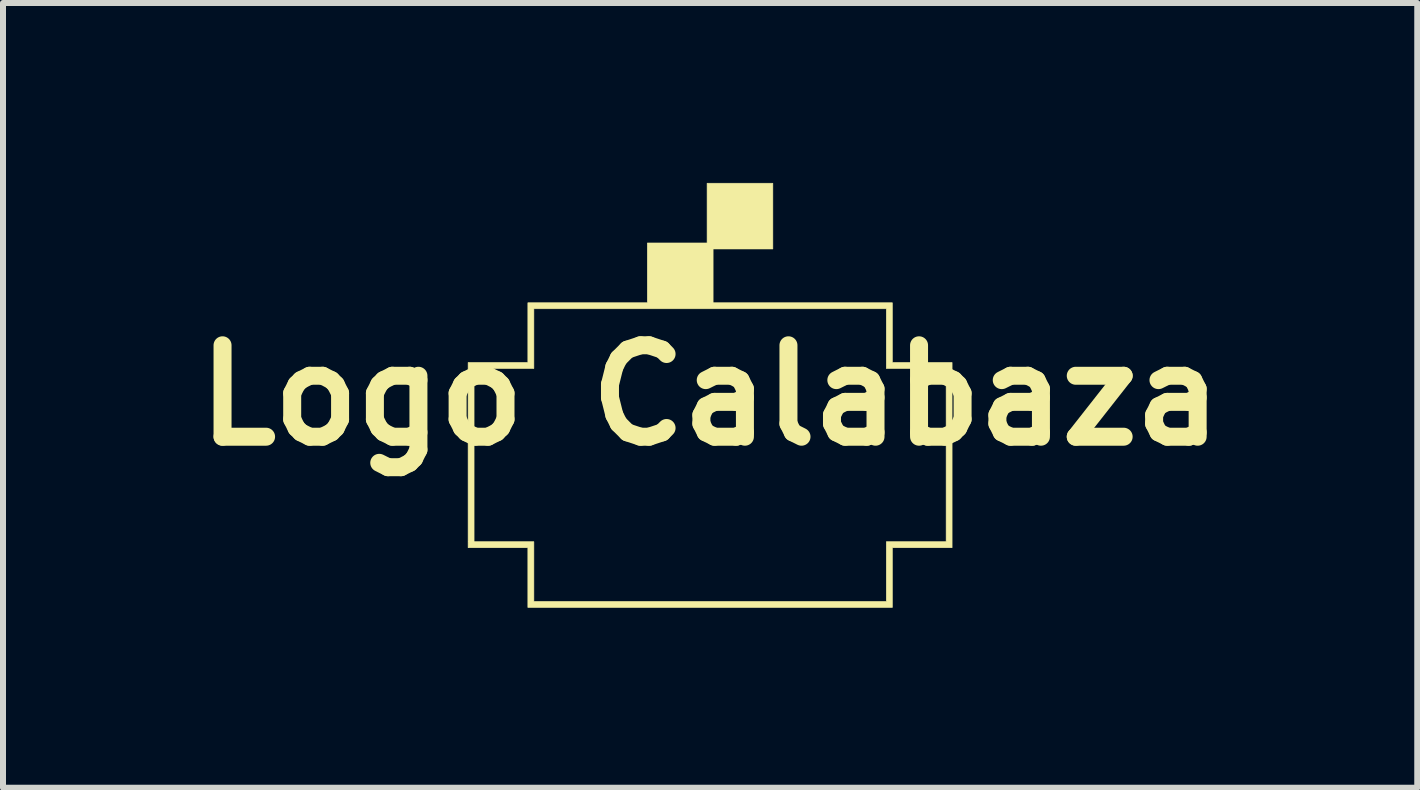
<source format=kicad_pcb>
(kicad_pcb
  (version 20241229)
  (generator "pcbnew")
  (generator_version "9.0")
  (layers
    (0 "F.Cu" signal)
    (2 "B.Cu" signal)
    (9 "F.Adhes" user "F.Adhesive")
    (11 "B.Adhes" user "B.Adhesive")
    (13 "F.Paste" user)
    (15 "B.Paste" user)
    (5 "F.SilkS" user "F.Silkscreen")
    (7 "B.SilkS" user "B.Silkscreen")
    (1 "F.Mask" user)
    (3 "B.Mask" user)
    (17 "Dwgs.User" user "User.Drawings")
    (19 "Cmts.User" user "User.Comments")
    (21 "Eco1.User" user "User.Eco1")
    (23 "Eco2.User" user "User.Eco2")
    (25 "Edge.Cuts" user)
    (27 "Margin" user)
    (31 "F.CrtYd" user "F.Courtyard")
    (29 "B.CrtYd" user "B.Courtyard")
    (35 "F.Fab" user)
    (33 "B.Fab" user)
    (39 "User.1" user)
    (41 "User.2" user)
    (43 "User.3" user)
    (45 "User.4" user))
  (footprint "Logo Calabaza"
    (layer "F.Cu")
    (at 8.788 3.541)
    (property "Reference" "Logo Calabaza" (at 0 0 0) (layer "F.SilkS") (effects (font (size 1.524 1.524) (thickness 0.3))))
    (attr through_hole)
    (fp_poly (pts (xy 1.046 -2.44) (xy 0.05 -2.44) (xy 0.05 -1.544) (xy 3.038 -1.544) (xy 3.038 -0.548) (xy 4.034 -0.548) (xy 4.034 2.54) (xy 3.038 2.54) (xy 3.038 3.536) (xy -3.038 3.536) (xy -3.038 2.54) (xy -4.034 2.54) (xy -4.034 -0.448) (xy -3.935 -0.448) (xy -3.935 2.44) (xy -2.938 2.44) (xy -2.938 3.436) (xy 2.938 3.436) (xy 2.938 2.44) (xy 3.935 2.44) (xy 3.935 -0.448) (xy 2.938 -0.448) (xy 2.938 -1.444) (xy -2.938 -1.444) (xy -2.938 -0.448) (xy -3.935 -0.448) (xy -4.034 -0.448) (xy -4.034 -0.548) (xy -3.038 -0.548) (xy -3.038 -1.544) (xy -1.046 -1.544) (xy -1.046 -2.54) (xy -0.05 -2.54) (xy -0.05 -3.536) (xy 1.046 -3.536) (xy 1.046 -2.44)) (stroke (width 0.01) (type solid)) (fill yes) (layer "F.SilkS")))
  (gr_rect
    (start -3 -3)
    (end 20.577 10.082)
    (stroke (width 0.1) (type default))
    (fill no)
    (layer "Edge.Cuts")))
</source>
